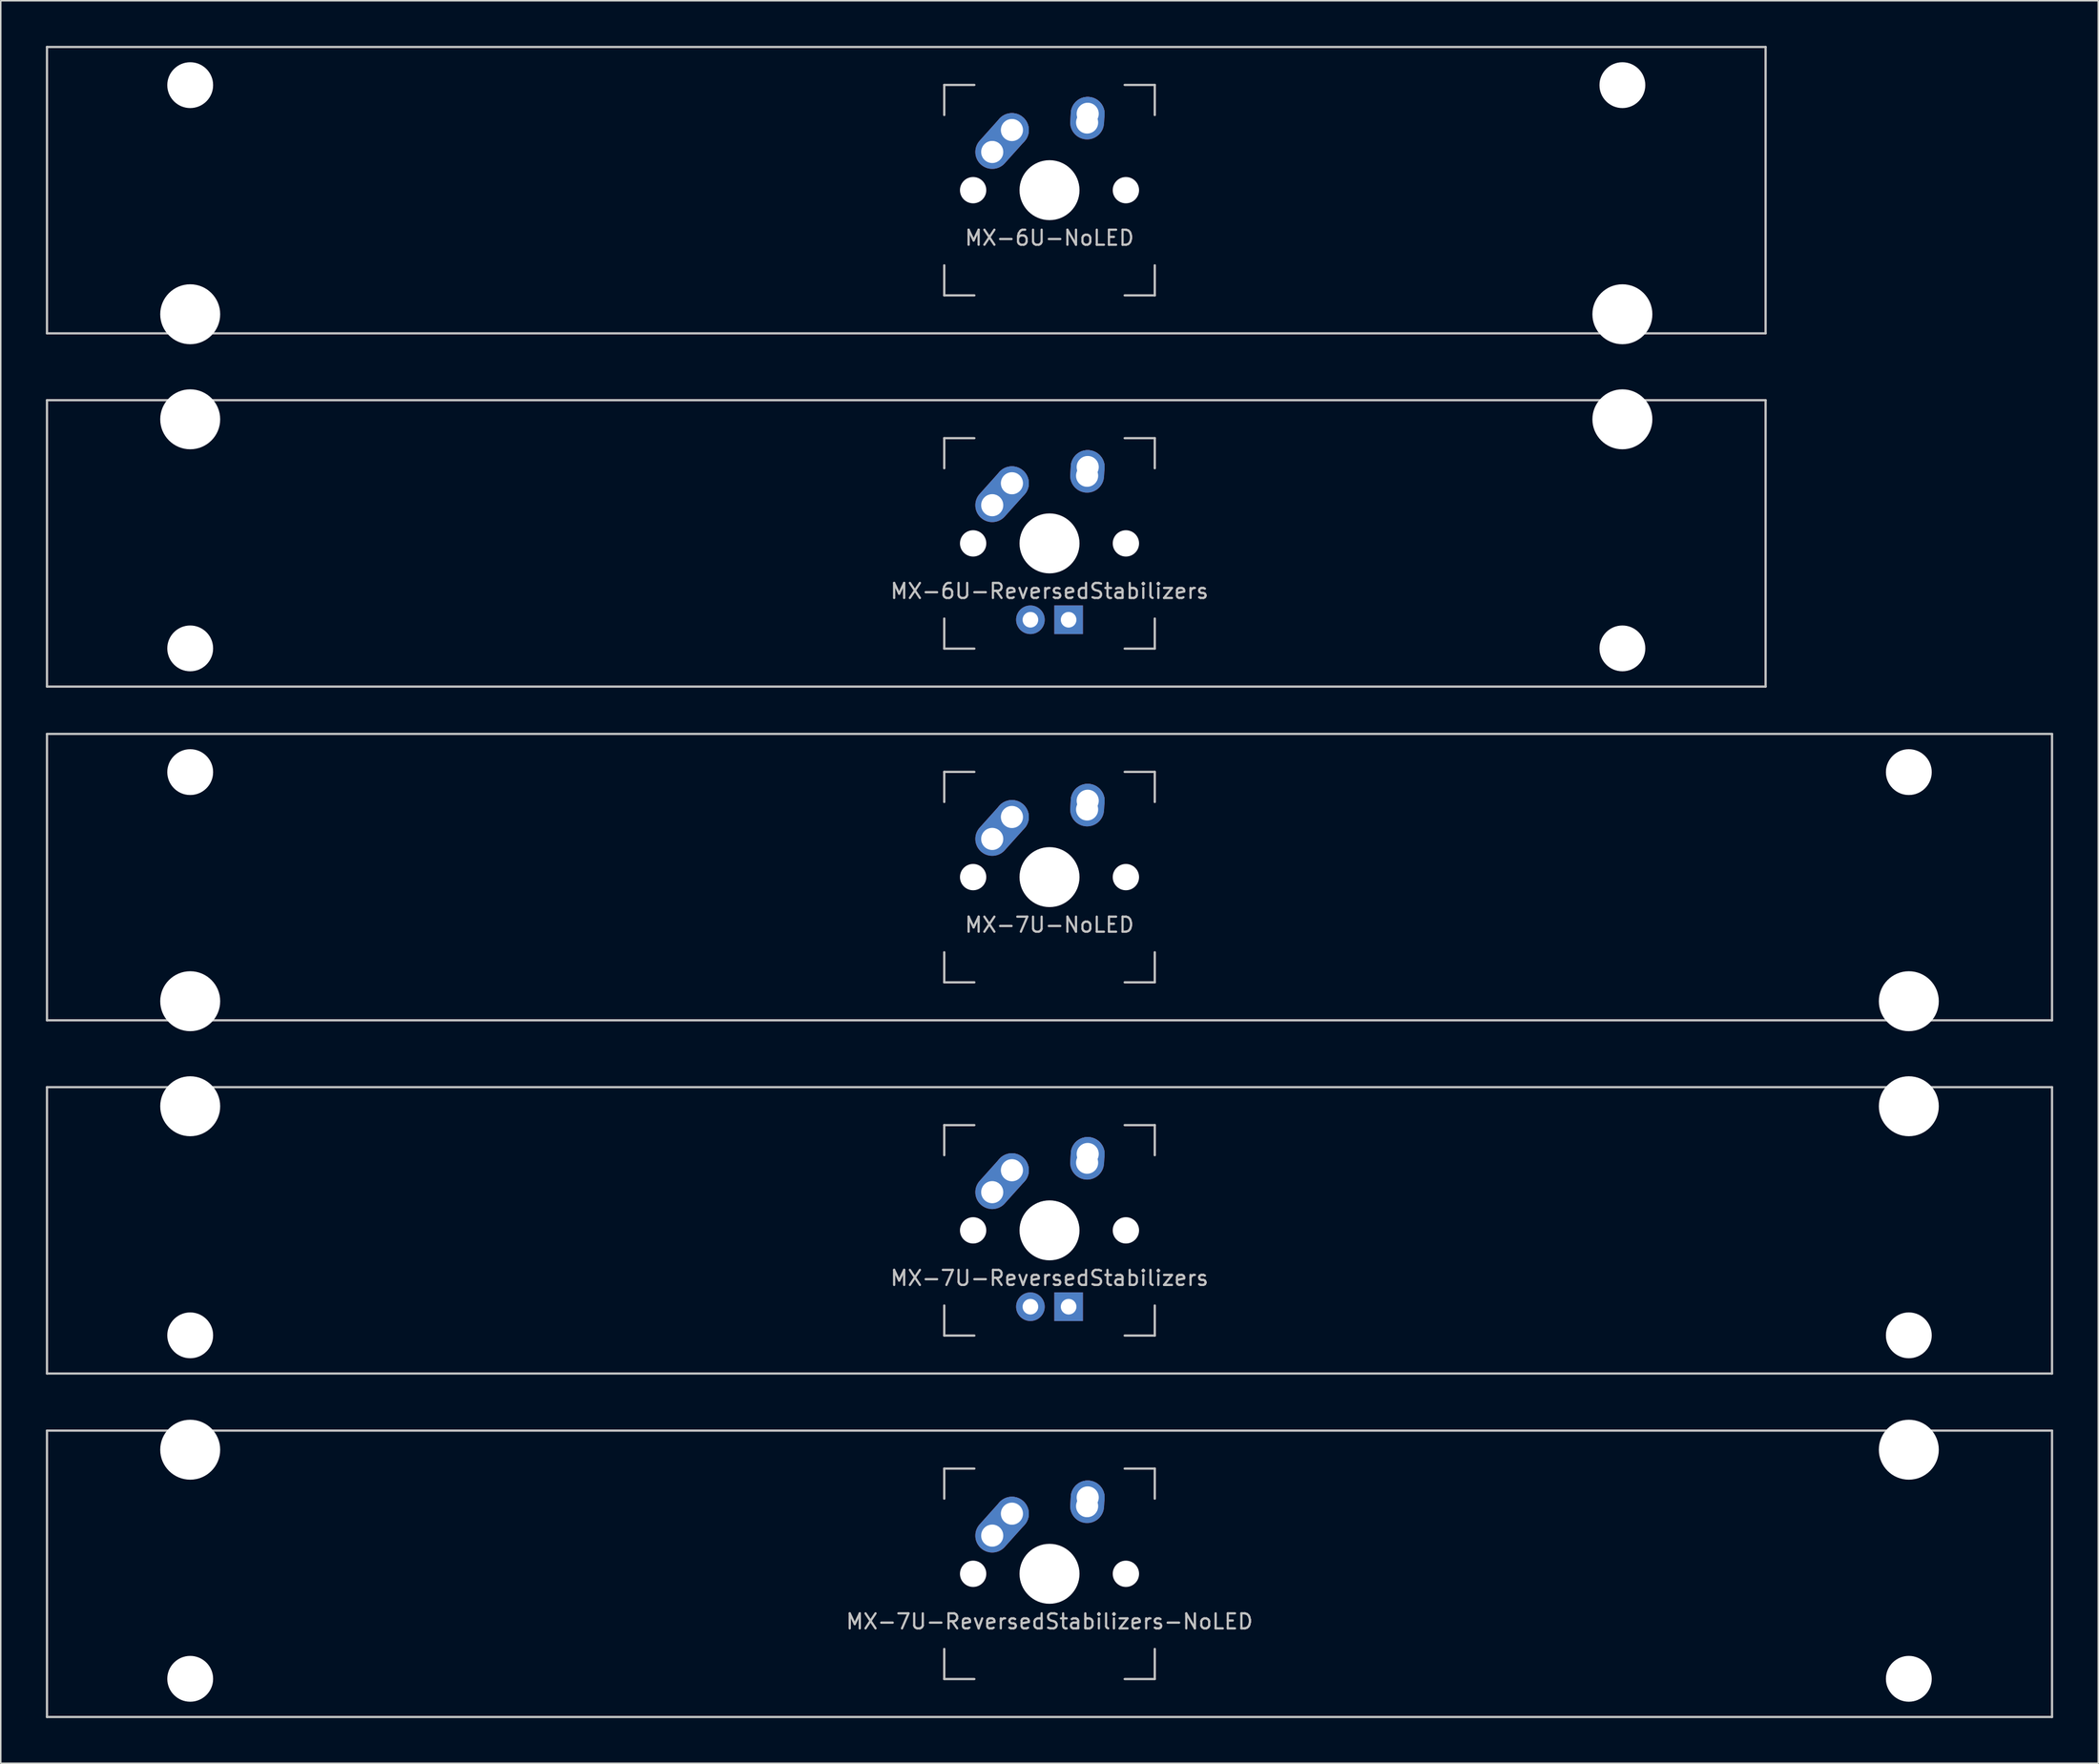
<source format=kicad_pcb>
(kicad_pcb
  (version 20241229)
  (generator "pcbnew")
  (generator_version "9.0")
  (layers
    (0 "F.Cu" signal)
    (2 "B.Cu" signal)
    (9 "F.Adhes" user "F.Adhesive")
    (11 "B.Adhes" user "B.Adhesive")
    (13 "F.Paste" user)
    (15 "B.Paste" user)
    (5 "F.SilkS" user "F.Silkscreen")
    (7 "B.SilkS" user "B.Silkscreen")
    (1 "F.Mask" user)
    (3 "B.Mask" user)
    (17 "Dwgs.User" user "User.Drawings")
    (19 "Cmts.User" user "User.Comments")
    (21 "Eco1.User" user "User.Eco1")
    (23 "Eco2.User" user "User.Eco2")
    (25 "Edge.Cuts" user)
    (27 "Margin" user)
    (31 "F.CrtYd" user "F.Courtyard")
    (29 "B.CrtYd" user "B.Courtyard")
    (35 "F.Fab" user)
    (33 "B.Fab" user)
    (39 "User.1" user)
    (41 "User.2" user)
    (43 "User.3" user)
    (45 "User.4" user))
  (footprint "MX-7U-ReversedStabilizers-NoLED"
    (layer "F.Cu")
    (at 66.75 101.644)
    (property "Reference" "MX-7U-ReversedStabilizers-NoLED" (at 0 3.175 0) (layer "Dwgs.User") (effects (font (size 1 1) (thickness 0.15))))
    (attr through_hole)
    (fp_line (start -66.675 -9.525) (end 66.675 -9.525) (stroke (width 0.15) (type solid)) (layer "Dwgs.User"))
    (fp_line (start -66.675 9.525) (end -66.675 -9.525) (stroke (width 0.15) (type solid)) (layer "Dwgs.User"))
    (fp_line (start -66.675 9.525) (end 66.675 9.525) (stroke (width 0.15) (type solid)) (layer "Dwgs.User"))
    (fp_line (start -7 -7) (end -7 -5) (stroke (width 0.15) (type solid)) (layer "Dwgs.User"))
    (fp_line (start -7 5) (end -7 7) (stroke (width 0.15) (type solid)) (layer "Dwgs.User"))
    (fp_line (start -7 7) (end -5 7) (stroke (width 0.15) (type solid)) (layer "Dwgs.User"))
    (fp_line (start -5 -7) (end -7 -7) (stroke (width 0.15) (type solid)) (layer "Dwgs.User"))
    (fp_line (start 5 -7) (end 7 -7) (stroke (width 0.15) (type solid)) (layer "Dwgs.User"))
    (fp_line (start 5 7) (end 7 7) (stroke (width 0.15) (type solid)) (layer "Dwgs.User"))
    (fp_line (start 7 -7) (end 7 -5) (stroke (width 0.15) (type solid)) (layer "Dwgs.User"))
    (fp_line (start 7 7) (end 7 5) (stroke (width 0.15) (type solid)) (layer "Dwgs.User"))
    (fp_line (start 66.675 -9.525) (end 66.675 9.525) (stroke (width 0.15) (type solid)) (layer "Dwgs.User"))
    (pad "" np_thru_hole circle (at -57.15 -8.255) (size 3.988 3.988) (drill 3.988) (layers "*.Cu" "*.Mask"))
    (pad "" np_thru_hole circle (at -57.15 6.985) (size 3.048 3.048) (drill 3.048) (layers "*.Cu" "*.Mask"))
    (pad "" np_thru_hole circle (at -5.08 0 48.1) (size 1.75 1.75) (drill 1.75) (layers "*.Cu" "*.Mask"))
    (pad "" np_thru_hole circle (at 0 0) (size 3.988 3.988) (drill 3.988) (layers "*.Cu" "*.Mask"))
    (pad "" np_thru_hole circle (at 5.08 0 48.1) (size 1.75 1.75) (drill 1.75) (layers "*.Cu" "*.Mask"))
    (pad "" np_thru_hole circle (at 57.15 -8.255) (size 3.988 3.988) (drill 3.988) (layers "*.Cu" "*.Mask"))
    (pad "" np_thru_hole circle (at 57.15 6.985) (size 3.048 3.048) (drill 3.048) (layers "*.Cu" "*.Mask"))
    (pad "1" thru_hole oval (at -3.81 -2.54 48.1) (size 4.212 2.25) (drill 1.47 (offset 0.981 0)) (layers "*.Cu" "*.Mask"))
    (pad "1" thru_hole circle (at -2.5 -4) (size 2.25 2.25) (drill 1.47) (layers "*.Cu" "*.Mask"))
    (pad "2" thru_hole oval (at 2.5 -4.5 86.055) (size 2.831 2.25) (drill 1.47 (offset 0.291 0)) (layers "*.Cu" "*.Mask"))
    (pad "2" thru_hole circle (at 2.54 -5.08) (size 2.25 2.25) (drill 1.47) (layers "*.Cu" "*.Mask")))
  (footprint "MX-7U-NoLED"
    (layer "F.Cu")
    (at 66.75 55.298)
    (property "Reference" "MX-7U-NoLED" (at 0 3.175 0) (layer "Dwgs.User") (effects (font (size 1 1) (thickness 0.15))))
    (attr through_hole)
    (fp_line (start -66.675 -9.525) (end 66.675 -9.525) (stroke (width 0.15) (type solid)) (layer "Dwgs.User"))
    (fp_line (start -66.675 9.525) (end -66.675 -9.525) (stroke (width 0.15) (type solid)) (layer "Dwgs.User"))
    (fp_line (start -66.675 9.525) (end 66.675 9.525) (stroke (width 0.15) (type solid)) (layer "Dwgs.User"))
    (fp_line (start -7 -7) (end -7 -5) (stroke (width 0.15) (type solid)) (layer "Dwgs.User"))
    (fp_line (start -7 5) (end -7 7) (stroke (width 0.15) (type solid)) (layer "Dwgs.User"))
    (fp_line (start -7 7) (end -5 7) (stroke (width 0.15) (type solid)) (layer "Dwgs.User"))
    (fp_line (start -5 -7) (end -7 -7) (stroke (width 0.15) (type solid)) (layer "Dwgs.User"))
    (fp_line (start 5 -7) (end 7 -7) (stroke (width 0.15) (type solid)) (layer "Dwgs.User"))
    (fp_line (start 5 7) (end 7 7) (stroke (width 0.15) (type solid)) (layer "Dwgs.User"))
    (fp_line (start 7 -7) (end 7 -5) (stroke (width 0.15) (type solid)) (layer "Dwgs.User"))
    (fp_line (start 7 7) (end 7 5) (stroke (width 0.15) (type solid)) (layer "Dwgs.User"))
    (fp_line (start 66.675 -9.525) (end 66.675 9.525) (stroke (width 0.15) (type solid)) (layer "Dwgs.User"))
    (pad "" np_thru_hole circle (at -57.15 -6.985) (size 3.048 3.048) (drill 3.048) (layers "*.Cu" "*.Mask"))
    (pad "" np_thru_hole circle (at -57.15 8.255) (size 3.988 3.988) (drill 3.988) (layers "*.Cu" "*.Mask"))
    (pad "" np_thru_hole circle (at -5.08 0 48.1) (size 1.75 1.75) (drill 1.75) (layers "*.Cu" "*.Mask"))
    (pad "" np_thru_hole circle (at 0 0) (size 3.988 3.988) (drill 3.988) (layers "*.Cu" "*.Mask"))
    (pad "" np_thru_hole circle (at 5.08 0 48.1) (size 1.75 1.75) (drill 1.75) (layers "*.Cu" "*.Mask"))
    (pad "" np_thru_hole circle (at 57.15 -6.985) (size 3.048 3.048) (drill 3.048) (layers "*.Cu" "*.Mask"))
    (pad "" np_thru_hole circle (at 57.15 8.255) (size 3.988 3.988) (drill 3.988) (layers "*.Cu" "*.Mask"))
    (pad "1" thru_hole oval (at -3.81 -2.54 48.1) (size 4.212 2.25) (drill 1.47 (offset 0.981 0)) (layers "*.Cu" "*.Mask"))
    (pad "1" thru_hole circle (at -2.5 -4) (size 2.25 2.25) (drill 1.47) (layers "*.Cu" "*.Mask"))
    (pad "2" thru_hole oval (at 2.5 -4.5 86.055) (size 2.831 2.25) (drill 1.47 (offset 0.291 0)) (layers "*.Cu" "*.Mask"))
    (pad "2" thru_hole circle (at 2.54 -5.08) (size 2.25 2.25) (drill 1.47) (layers "*.Cu" "*.Mask")))
  (footprint "MX-6U-ReversedStabilizers"
    (layer "F.Cu")
    (at 57.225 33.098)
    (property "Reference" "MX-6U-ReversedStabilizers" (at 9.525 3.175 0) (layer "Dwgs.User") (effects (font (size 1 1) (thickness 0.15))))
    (attr through_hole)
    (fp_line (start -57.15 -9.525) (end 57.15 -9.525) (stroke (width 0.15) (type solid)) (layer "Dwgs.User"))
    (fp_line (start -57.15 9.525) (end -57.15 -9.525) (stroke (width 0.15) (type solid)) (layer "Dwgs.User"))
    (fp_line (start -57.15 9.525) (end 57.15 9.525) (stroke (width 0.15) (type solid)) (layer "Dwgs.User"))
    (fp_line (start 2.525 -7) (end 2.525 -5) (stroke (width 0.15) (type solid)) (layer "Dwgs.User"))
    (fp_line (start 2.525 5) (end 2.525 7) (stroke (width 0.15) (type solid)) (layer "Dwgs.User"))
    (fp_line (start 2.525 7) (end 4.525 7) (stroke (width 0.15) (type solid)) (layer "Dwgs.User"))
    (fp_line (start 4.525 -7) (end 2.525 -7) (stroke (width 0.15) (type solid)) (layer "Dwgs.User"))
    (fp_line (start 14.525 -7) (end 16.525 -7) (stroke (width 0.15) (type solid)) (layer "Dwgs.User"))
    (fp_line (start 14.525 7) (end 16.525 7) (stroke (width 0.15) (type solid)) (layer "Dwgs.User"))
    (fp_line (start 16.525 -7) (end 16.525 -5) (stroke (width 0.15) (type solid)) (layer "Dwgs.User"))
    (fp_line (start 16.525 7) (end 16.525 5) (stroke (width 0.15) (type solid)) (layer "Dwgs.User"))
    (fp_line (start 57.15 -9.525) (end 57.15 9.525) (stroke (width 0.15) (type solid)) (layer "Dwgs.User"))
    (pad "" np_thru_hole circle (at -47.625 -8.255) (size 3.988 3.988) (drill 3.988) (layers "*.Cu" "*.Mask"))
    (pad "" np_thru_hole circle (at -47.625 6.985) (size 3.048 3.048) (drill 3.048) (layers "*.Cu" "*.Mask"))
    (pad "" np_thru_hole circle (at 4.445 0 48.1) (size 1.75 1.75) (drill 1.75) (layers "*.Cu" "*.Mask"))
    (pad "" np_thru_hole circle (at 9.525 0) (size 3.988 3.988) (drill 3.988) (layers "*.Cu" "*.Mask"))
    (pad "" np_thru_hole circle (at 14.605 0 48.1) (size 1.75 1.75) (drill 1.75) (layers "*.Cu" "*.Mask"))
    (pad "" np_thru_hole circle (at 47.625 -8.255) (size 3.988 3.988) (drill 3.988) (layers "*.Cu" "*.Mask"))
    (pad "" np_thru_hole circle (at 47.625 6.985) (size 3.048 3.048) (drill 3.048) (layers "*.Cu" "*.Mask"))
    (pad "1" thru_hole oval (at 5.715 -2.54 48.1) (size 4.212 2.25) (drill 1.47 (offset 0.981 0)) (layers "*.Cu" "*.Mask"))
    (pad "1" thru_hole circle (at 7.025 -4) (size 2.25 2.25) (drill 1.47) (layers "*.Cu" "*.Mask"))
    (pad "2" thru_hole oval (at 12.025 -4.5 86.055) (size 2.831 2.25) (drill 1.47 (offset 0.291 0)) (layers "*.Cu" "*.Mask"))
    (pad "2" thru_hole circle (at 12.065 -5.08) (size 2.25 2.25) (drill 1.47) (layers "*.Cu" "*.Mask"))
    (pad "3" thru_hole circle (at 8.255 5.08) (size 1.905 1.905) (drill 1.04) (layers "*.Cu" "*.Mask"))
    (pad "4" thru_hole rect (at 10.795 5.08) (size 1.905 1.905) (drill 1.04) (layers "*.Cu" "*.Mask")))
  (footprint "MX-7U-ReversedStabilizers"
    (layer "F.Cu")
    (at 66.75 78.796)
    (property "Reference" "MX-7U-ReversedStabilizers" (at 0 3.175 0) (layer "Dwgs.User") (effects (font (size 1 1) (thickness 0.15))))
    (attr through_hole)
    (fp_line (start -66.675 -9.525) (end 66.675 -9.525) (stroke (width 0.15) (type solid)) (layer "Dwgs.User"))
    (fp_line (start -66.675 9.525) (end -66.675 -9.525) (stroke (width 0.15) (type solid)) (layer "Dwgs.User"))
    (fp_line (start -66.675 9.525) (end 66.675 9.525) (stroke (width 0.15) (type solid)) (layer "Dwgs.User"))
    (fp_line (start -7 -7) (end -7 -5) (stroke (width 0.15) (type solid)) (layer "Dwgs.User"))
    (fp_line (start -7 5) (end -7 7) (stroke (width 0.15) (type solid)) (layer "Dwgs.User"))
    (fp_line (start -7 7) (end -5 7) (stroke (width 0.15) (type solid)) (layer "Dwgs.User"))
    (fp_line (start -5 -7) (end -7 -7) (stroke (width 0.15) (type solid)) (layer "Dwgs.User"))
    (fp_line (start 5 -7) (end 7 -7) (stroke (width 0.15) (type solid)) (layer "Dwgs.User"))
    (fp_line (start 5 7) (end 7 7) (stroke (width 0.15) (type solid)) (layer "Dwgs.User"))
    (fp_line (start 7 -7) (end 7 -5) (stroke (width 0.15) (type solid)) (layer "Dwgs.User"))
    (fp_line (start 7 7) (end 7 5) (stroke (width 0.15) (type solid)) (layer "Dwgs.User"))
    (fp_line (start 66.675 -9.525) (end 66.675 9.525) (stroke (width 0.15) (type solid)) (layer "Dwgs.User"))
    (pad "" np_thru_hole circle (at -57.15 -8.255) (size 3.988 3.988) (drill 3.988) (layers "*.Cu" "*.Mask"))
    (pad "" np_thru_hole circle (at -57.15 6.985) (size 3.048 3.048) (drill 3.048) (layers "*.Cu" "*.Mask"))
    (pad "" np_thru_hole circle (at -5.08 0 48.1) (size 1.75 1.75) (drill 1.75) (layers "*.Cu" "*.Mask"))
    (pad "" np_thru_hole circle (at 0 0) (size 3.988 3.988) (drill 3.988) (layers "*.Cu" "*.Mask"))
    (pad "" np_thru_hole circle (at 5.08 0 48.1) (size 1.75 1.75) (drill 1.75) (layers "*.Cu" "*.Mask"))
    (pad "" np_thru_hole circle (at 57.15 -8.255) (size 3.988 3.988) (drill 3.988) (layers "*.Cu" "*.Mask"))
    (pad "" np_thru_hole circle (at 57.15 6.985) (size 3.048 3.048) (drill 3.048) (layers "*.Cu" "*.Mask"))
    (pad "1" thru_hole oval (at -3.81 -2.54 48.1) (size 4.212 2.25) (drill 1.47 (offset 0.981 0)) (layers "*.Cu" "*.Mask"))
    (pad "1" thru_hole circle (at -2.5 -4) (size 2.25 2.25) (drill 1.47) (layers "*.Cu" "*.Mask"))
    (pad "2" thru_hole oval (at 2.5 -4.5 86.055) (size 2.831 2.25) (drill 1.47 (offset 0.291 0)) (layers "*.Cu" "*.Mask"))
    (pad "2" thru_hole circle (at 2.54 -5.08) (size 2.25 2.25) (drill 1.47) (layers "*.Cu" "*.Mask"))
    (pad "3" thru_hole circle (at -1.27 5.08) (size 1.905 1.905) (drill 1.04) (layers "*.Cu" "*.Mask"))
    (pad "4" thru_hole rect (at 1.27 5.08) (size 1.905 1.905) (drill 1.04) (layers "*.Cu" "*.Mask")))
  (footprint "MX-6U-NoLED"
    (layer "F.Cu")
    (at 57.225 9.6)
    (property "Reference" "MX-6U-NoLED" (at 9.525 3.175 0) (layer "Dwgs.User") (effects (font (size 1 1) (thickness 0.15))))
    (attr through_hole)
    (fp_line (start -57.15 -9.525) (end 57.15 -9.525) (stroke (width 0.15) (type solid)) (layer "Dwgs.User"))
    (fp_line (start -57.15 9.525) (end -57.15 -9.525) (stroke (width 0.15) (type solid)) (layer "Dwgs.User"))
    (fp_line (start -57.15 9.525) (end 57.15 9.525) (stroke (width 0.15) (type solid)) (layer "Dwgs.User"))
    (fp_line (start 2.525 -7) (end 2.525 -5) (stroke (width 0.15) (type solid)) (layer "Dwgs.User"))
    (fp_line (start 2.525 5) (end 2.525 7) (stroke (width 0.15) (type solid)) (layer "Dwgs.User"))
    (fp_line (start 2.525 7) (end 4.525 7) (stroke (width 0.15) (type solid)) (layer "Dwgs.User"))
    (fp_line (start 4.525 -7) (end 2.525 -7) (stroke (width 0.15) (type solid)) (layer "Dwgs.User"))
    (fp_line (start 14.525 -7) (end 16.525 -7) (stroke (width 0.15) (type solid)) (layer "Dwgs.User"))
    (fp_line (start 14.525 7) (end 16.525 7) (stroke (width 0.15) (type solid)) (layer "Dwgs.User"))
    (fp_line (start 16.525 -7) (end 16.525 -5) (stroke (width 0.15) (type solid)) (layer "Dwgs.User"))
    (fp_line (start 16.525 7) (end 16.525 5) (stroke (width 0.15) (type solid)) (layer "Dwgs.User"))
    (fp_line (start 57.15 -9.525) (end 57.15 9.525) (stroke (width 0.15) (type solid)) (layer "Dwgs.User"))
    (pad "" np_thru_hole circle (at -47.625 -6.985) (size 3.048 3.048) (drill 3.048) (layers "*.Cu" "*.Mask"))
    (pad "" np_thru_hole circle (at -47.625 8.255) (size 3.988 3.988) (drill 3.988) (layers "*.Cu" "*.Mask"))
    (pad "" np_thru_hole circle (at 4.445 0 48.1) (size 1.75 1.75) (drill 1.75) (layers "*.Cu" "*.Mask"))
    (pad "" np_thru_hole circle (at 9.525 0) (size 3.988 3.988) (drill 3.988) (layers "*.Cu" "*.Mask"))
    (pad "" np_thru_hole circle (at 14.605 0 48.1) (size 1.75 1.75) (drill 1.75) (layers "*.Cu" "*.Mask"))
    (pad "" np_thru_hole circle (at 47.625 -6.985) (size 3.048 3.048) (drill 3.048) (layers "*.Cu" "*.Mask"))
    (pad "" np_thru_hole circle (at 47.625 8.255) (size 3.988 3.988) (drill 3.988) (layers "*.Cu" "*.Mask"))
    (pad "1" thru_hole oval (at 5.715 -2.54 48.1) (size 4.212 2.25) (drill 1.47 (offset 0.981 0)) (layers "*.Cu" "*.Mask"))
    (pad "1" thru_hole circle (at 7.025 -4) (size 2.25 2.25) (drill 1.47) (layers "*.Cu" "*.Mask"))
    (pad "2" thru_hole oval (at 12.025 -4.5 86.055) (size 2.831 2.25) (drill 1.47 (offset 0.291 0)) (layers "*.Cu" "*.Mask"))
    (pad "2" thru_hole circle (at 12.065 -5.08) (size 2.25 2.25) (drill 1.47) (layers "*.Cu" "*.Mask")))
  (gr_rect
    (start -3 -3)
    (end 136.5 114.245)
    (stroke (width 0.1) (type default))
    (fill no)
    (layer "Edge.Cuts")))
</source>
